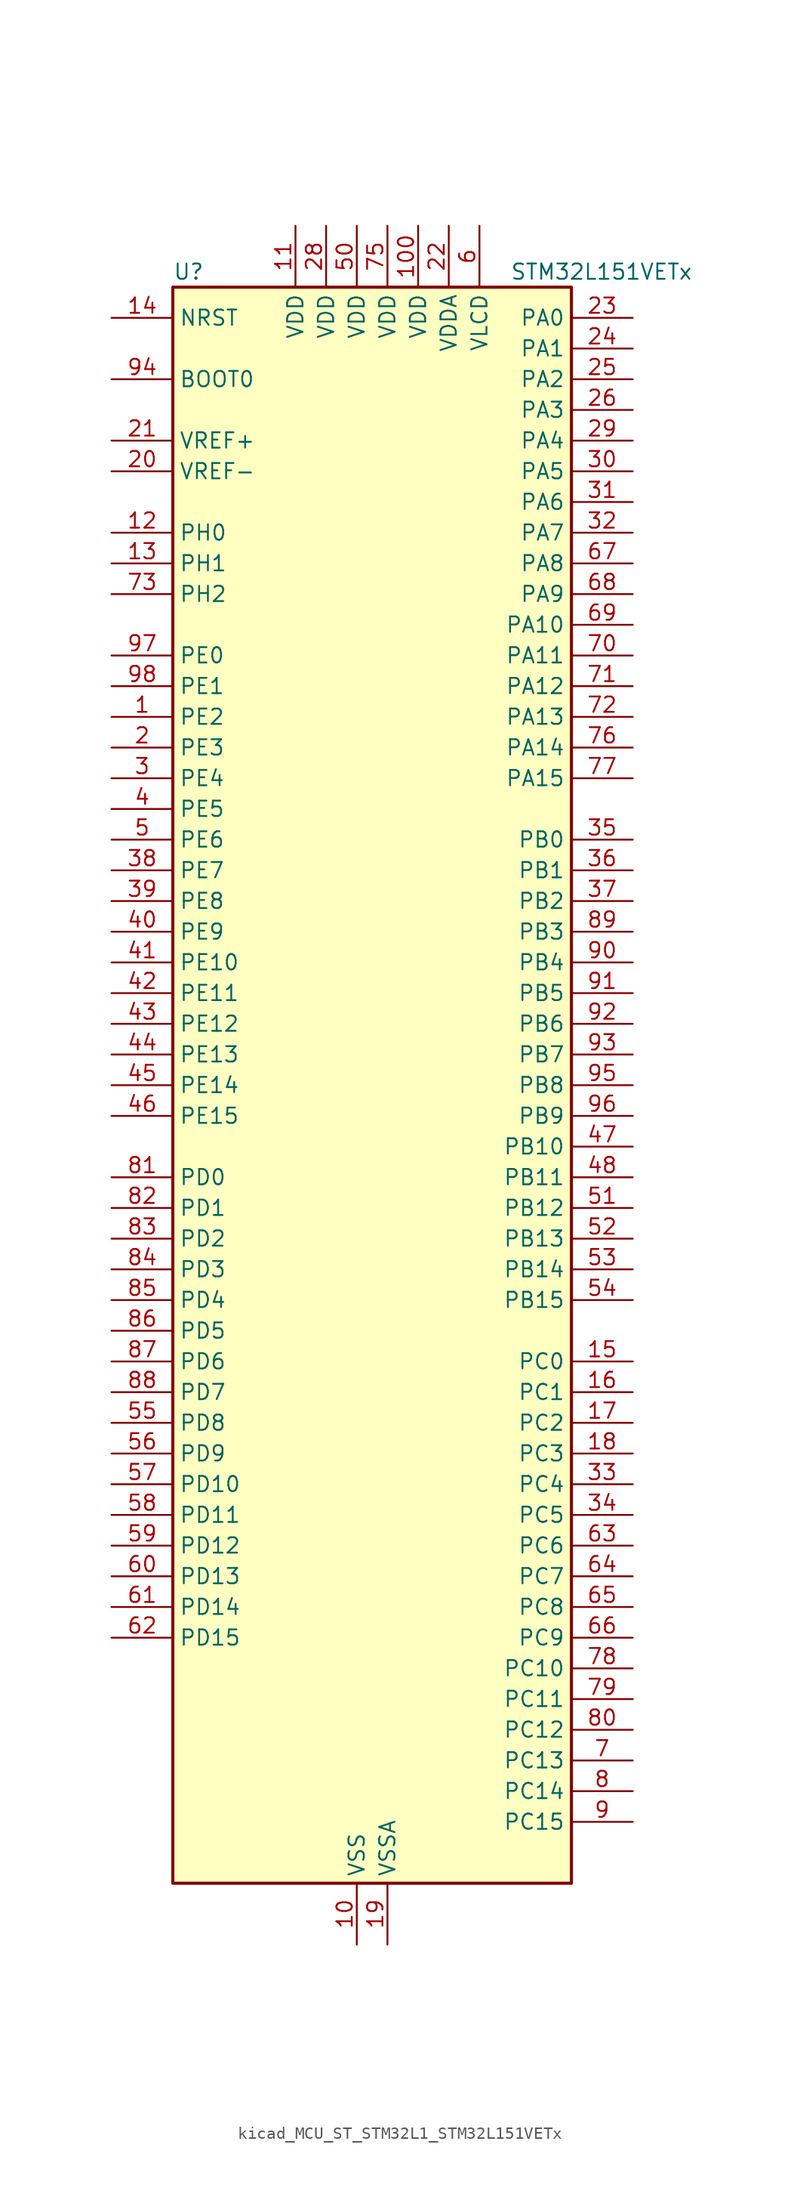
<source format=kicad_sym>
(kicad_symbol_lib
  (version 20220914)
  (generator kicad_symbol_editor)
  (symbol "kicad_MCU_ST_STM32L1_STM32L151VETx"
    (property "Reference" "U"
      (at -15.24 67.31 0)
      (effects (font (size 1.27 1.27)) (justify left)))
    (property "Value" "STM32L151VETx"
      (at 12.7 67.31 0)
      (effects (font (size 1.27 1.27)) (justify left)))
    (property "ki_locked" ""
      (at 0 0 0)
      (effects (font (size 1.27 1.27))))
    (symbol "kicad_MCU_ST_STM32L1_STM32L151VETx_0_1"
      (rectangle (start -15.24 -66.04) (end 17.78 66.04) (stroke (width 0.254) (type default)) (fill (type background))))
    (symbol "kicad_MCU_ST_STM32L1_STM32L151VETx_1_1"
      (pin bidirectional line (at -20.32 30.48 0) (length 5.08) (name "PE2" (effects (font (size 1.27 1.27)))) (number "1" (effects (font (size 1.27 1.27)))) (alternate "SYS_TRACECK" bidirectional line) (alternate "TIM3_ETR" bidirectional line) (alternate "TIMX_IC3" bidirectional line))
      (pin power_in line (at 0 -71.12 90) (length 5.08) (name "VSS" (effects (font (size 1.27 1.27)))) (number "10" (effects (font (size 1.27 1.27)))))
      (pin power_in line (at 5.08 71.12 270) (length 5.08) (name "VDD" (effects (font (size 1.27 1.27)))) (number "100" (effects (font (size 1.27 1.27)))))
      (pin power_in line (at -5.08 71.12 270) (length 5.08) (name "VDD" (effects (font (size 1.27 1.27)))) (number "11" (effects (font (size 1.27 1.27)))))
      (pin bidirectional line (at -20.32 45.72 0) (length 5.08) (name "PH0" (effects (font (size 1.27 1.27)))) (number "12" (effects (font (size 1.27 1.27)))) (alternate "RCC_OSC_IN" bidirectional line))
      (pin bidirectional line (at -20.32 43.18 0) (length 5.08) (name "PH1" (effects (font (size 1.27 1.27)))) (number "13" (effects (font (size 1.27 1.27)))) (alternate "RCC_OSC_OUT" bidirectional line))
      (pin input line (at -20.32 63.5 0) (length 5.08) (name "NRST" (effects (font (size 1.27 1.27)))) (number "14" (effects (font (size 1.27 1.27)))))
      (pin bidirectional line (at 22.86 -22.86 180) (length 5.08) (name "PC0" (effects (font (size 1.27 1.27)))) (number "15" (effects (font (size 1.27 1.27)))) (alternate "ADC_IN10" bidirectional line) (alternate "COMP1_INP" bidirectional line) (alternate "TIMX_IC1" bidirectional line) (alternate "TS_G8_IO1" bidirectional line))
      (pin bidirectional line (at 22.86 -25.4 180) (length 5.08) (name "PC1" (effects (font (size 1.27 1.27)))) (number "16" (effects (font (size 1.27 1.27)))) (alternate "ADC_IN11" bidirectional line) (alternate "COMP1_INP" bidirectional line) (alternate "TIMX_IC2" bidirectional line) (alternate "TS_G8_IO2" bidirectional line))
      (pin bidirectional line (at 22.86 -27.94 180) (length 5.08) (name "PC2" (effects (font (size 1.27 1.27)))) (number "17" (effects (font (size 1.27 1.27)))) (alternate "ADC_IN12" bidirectional line) (alternate "COMP1_INP" bidirectional line) (alternate "TIMX_IC3" bidirectional line) (alternate "TS_G8_IO3" bidirectional line))
      (pin bidirectional line (at 22.86 -30.48 180) (length 5.08) (name "PC3" (effects (font (size 1.27 1.27)))) (number "18" (effects (font (size 1.27 1.27)))) (alternate "ADC_IN13" bidirectional line) (alternate "COMP1_INP" bidirectional line) (alternate "TIMX_IC4" bidirectional line) (alternate "TS_G8_IO4" bidirectional line))
      (pin power_in line (at 2.54 -71.12 90) (length 5.08) (name "VSSA" (effects (font (size 1.27 1.27)))) (number "19" (effects (font (size 1.27 1.27)))))
      (pin bidirectional line (at -20.32 27.94 0) (length 5.08) (name "PE3" (effects (font (size 1.27 1.27)))) (number "2" (effects (font (size 1.27 1.27)))) (alternate "SYS_TRACED0" bidirectional line) (alternate "TIM3_CH1" bidirectional line) (alternate "TIMX_IC4" bidirectional line))
      (pin input line (at -20.32 50.8 0) (length 5.08) (name "VREF-" (effects (font (size 1.27 1.27)))) (number "20" (effects (font (size 1.27 1.27)))))
      (pin input line (at -20.32 53.34 0) (length 5.08) (name "VREF+" (effects (font (size 1.27 1.27)))) (number "21" (effects (font (size 1.27 1.27)))))
      (pin power_in line (at 7.62 71.12 270) (length 5.08) (name "VDDA" (effects (font (size 1.27 1.27)))) (number "22" (effects (font (size 1.27 1.27)))))
      (pin bidirectional line (at 22.86 63.5 180) (length 5.08) (name "PA0" (effects (font (size 1.27 1.27)))) (number "23" (effects (font (size 1.27 1.27)))) (alternate "ADC_IN0" bidirectional line) (alternate "COMP1_INP" bidirectional line) (alternate "RTC_TAMP2" bidirectional line) (alternate "SYS_WKUP1" bidirectional line) (alternate "TIM2_CH1" bidirectional line) (alternate "TIM2_ETR" bidirectional line) (alternate "TIM5_CH1" bidirectional line) (alternate "TIMX_IC1" bidirectional line) (alternate "TS_G1_IO1" bidirectional line) (alternate "USART2_CTS" bidirectional line))
      (pin bidirectional line (at 22.86 60.96 180) (length 5.08) (name "PA1" (effects (font (size 1.27 1.27)))) (number "24" (effects (font (size 1.27 1.27)))) (alternate "ADC_IN1" bidirectional line) (alternate "COMP1_INP" bidirectional line) (alternate "OPAMP1_VINP" bidirectional line) (alternate "TIM2_CH2" bidirectional line) (alternate "TIM5_CH2" bidirectional line) (alternate "TIMX_IC2" bidirectional line) (alternate "TS_G1_IO2" bidirectional line) (alternate "USART2_RTS" bidirectional line))
      (pin bidirectional line (at 22.86 58.42 180) (length 5.08) (name "PA2" (effects (font (size 1.27 1.27)))) (number "25" (effects (font (size 1.27 1.27)))) (alternate "ADC_IN2" bidirectional line) (alternate "COMP1_INP" bidirectional line) (alternate "OPAMP1_VINM" bidirectional line) (alternate "TIM2_CH3" bidirectional line) (alternate "TIM5_CH3" bidirectional line) (alternate "TIM9_CH1" bidirectional line) (alternate "TIMX_IC3" bidirectional line) (alternate "TS_G1_IO3" bidirectional line) (alternate "USART2_TX" bidirectional line))
      (pin bidirectional line (at 22.86 55.88 180) (length 5.08) (name "PA3" (effects (font (size 1.27 1.27)))) (number "26" (effects (font (size 1.27 1.27)))) (alternate "ADC_IN3" bidirectional line) (alternate "COMP1_INP" bidirectional line) (alternate "OPAMP1_VOUT" bidirectional line) (alternate "TIM2_CH4" bidirectional line) (alternate "TIM5_CH4" bidirectional line) (alternate "TIM9_CH2" bidirectional line) (alternate "TIMX_IC4" bidirectional line) (alternate "TS_G1_IO4" bidirectional line) (alternate "USART2_RX" bidirectional line))
      (pin passive line (at 0 -71.12 90) (length 5.08) hide (name "VSS" (effects (font (size 1.27 1.27)))) (number "27" (effects (font (size 1.27 1.27)))))
      (pin power_in line (at -2.54 71.12 270) (length 5.08) (name "VDD" (effects (font (size 1.27 1.27)))) (number "28" (effects (font (size 1.27 1.27)))))
      (pin bidirectional line (at 22.86 53.34 180) (length 5.08) (name "PA4" (effects (font (size 1.27 1.27)))) (number "29" (effects (font (size 1.27 1.27)))) (alternate "ADC_IN4" bidirectional line) (alternate "COMP1_INP" bidirectional line) (alternate "DAC_OUT1" bidirectional line) (alternate "I2S3_WS" bidirectional line) (alternate "SPI1_NSS" bidirectional line) (alternate "SPI3_NSS" bidirectional line) (alternate "TIMX_IC1" bidirectional line) (alternate "USART2_CK" bidirectional line))
      (pin bidirectional line (at -20.32 25.4 0) (length 5.08) (name "PE4" (effects (font (size 1.27 1.27)))) (number "3" (effects (font (size 1.27 1.27)))) (alternate "SYS_TRACED1" bidirectional line) (alternate "TIM3_CH2" bidirectional line) (alternate "TIMX_IC1" bidirectional line))
      (pin bidirectional line (at 22.86 50.8 180) (length 5.08) (name "PA5" (effects (font (size 1.27 1.27)))) (number "30" (effects (font (size 1.27 1.27)))) (alternate "ADC_IN5" bidirectional line) (alternate "COMP1_INP" bidirectional line) (alternate "DAC_OUT2" bidirectional line) (alternate "SPI1_SCK" bidirectional line) (alternate "TIM2_CH1" bidirectional line) (alternate "TIM2_ETR" bidirectional line) (alternate "TIMX_IC2" bidirectional line))
      (pin bidirectional line (at 22.86 48.26 180) (length 5.08) (name "PA6" (effects (font (size 1.27 1.27)))) (number "31" (effects (font (size 1.27 1.27)))) (alternate "ADC_IN6" bidirectional line) (alternate "COMP1_INP" bidirectional line) (alternate "OPAMP2_VINP" bidirectional line) (alternate "SPI1_MISO" bidirectional line) (alternate "TIM10_CH1" bidirectional line) (alternate "TIM3_CH1" bidirectional line) (alternate "TIMX_IC3" bidirectional line) (alternate "TS_G2_IO1" bidirectional line))
      (pin bidirectional line (at 22.86 45.72 180) (length 5.08) (name "PA7" (effects (font (size 1.27 1.27)))) (number "32" (effects (font (size 1.27 1.27)))) (alternate "ADC_IN7" bidirectional line) (alternate "COMP1_INP" bidirectional line) (alternate "OPAMP2_VINM" bidirectional line) (alternate "SPI1_MOSI" bidirectional line) (alternate "TIM11_CH1" bidirectional line) (alternate "TIM3_CH2" bidirectional line) (alternate "TIMX_IC4" bidirectional line) (alternate "TS_G2_IO2" bidirectional line))
      (pin bidirectional line (at 22.86 -33.02 180) (length 5.08) (name "PC4" (effects (font (size 1.27 1.27)))) (number "33" (effects (font (size 1.27 1.27)))) (alternate "ADC_IN14" bidirectional line) (alternate "COMP1_INP" bidirectional line) (alternate "TIMX_IC1" bidirectional line) (alternate "TS_G9_IO1" bidirectional line))
      (pin bidirectional line (at 22.86 -35.56 180) (length 5.08) (name "PC5" (effects (font (size 1.27 1.27)))) (number "34" (effects (font (size 1.27 1.27)))) (alternate "ADC_IN15" bidirectional line) (alternate "COMP1_INP" bidirectional line) (alternate "TIMX_IC2" bidirectional line) (alternate "TS_G9_IO2" bidirectional line))
      (pin bidirectional line (at 22.86 20.32 180) (length 5.08) (name "PB0" (effects (font (size 1.27 1.27)))) (number "35" (effects (font (size 1.27 1.27)))) (alternate "ADC_IN8" bidirectional line) (alternate "COMP1_INP" bidirectional line) (alternate "OPAMP2_VOUT" bidirectional line) (alternate "SYS_V_REF_OUT" bidirectional line) (alternate "TIM3_CH3" bidirectional line) (alternate "TS_G3_IO1" bidirectional line))
      (pin bidirectional line (at 22.86 17.78 180) (length 5.08) (name "PB1" (effects (font (size 1.27 1.27)))) (number "36" (effects (font (size 1.27 1.27)))) (alternate "ADC_IN9" bidirectional line) (alternate "COMP1_INP" bidirectional line) (alternate "SYS_V_REF_OUT" bidirectional line) (alternate "TIM3_CH4" bidirectional line) (alternate "TS_G3_IO2" bidirectional line))
      (pin bidirectional line (at 22.86 15.24 180) (length 5.08) (name "PB2" (effects (font (size 1.27 1.27)))) (number "37" (effects (font (size 1.27 1.27)))) (alternate "ADC_IN0b" bidirectional line) (alternate "TS_G3_IO3" bidirectional line))
      (pin bidirectional line (at -20.32 17.78 0) (length 5.08) (name "PE7" (effects (font (size 1.27 1.27)))) (number "38" (effects (font (size 1.27 1.27)))) (alternate "ADC_IN22" bidirectional line) (alternate "COMP1_INP" bidirectional line) (alternate "TIMX_IC4" bidirectional line))
      (pin bidirectional line (at -20.32 15.24 0) (length 5.08) (name "PE8" (effects (font (size 1.27 1.27)))) (number "39" (effects (font (size 1.27 1.27)))) (alternate "ADC_IN23" bidirectional line) (alternate "COMP1_INP" bidirectional line) (alternate "TIMX_IC1" bidirectional line))
      (pin bidirectional line (at -20.32 22.86 0) (length 5.08) (name "PE5" (effects (font (size 1.27 1.27)))) (number "4" (effects (font (size 1.27 1.27)))) (alternate "SYS_TRACED2" bidirectional line) (alternate "TIM9_CH1" bidirectional line) (alternate "TIMX_IC2" bidirectional line))
      (pin bidirectional line (at -20.32 12.7 0) (length 5.08) (name "PE9" (effects (font (size 1.27 1.27)))) (number "40" (effects (font (size 1.27 1.27)))) (alternate "ADC_IN24" bidirectional line) (alternate "COMP1_INP" bidirectional line) (alternate "DAC_EXTI9" bidirectional line) (alternate "TIM2_CH1" bidirectional line) (alternate "TIM2_ETR" bidirectional line) (alternate "TIMX_IC2" bidirectional line))
      (pin bidirectional line (at -20.32 10.16 0) (length 5.08) (name "PE10" (effects (font (size 1.27 1.27)))) (number "41" (effects (font (size 1.27 1.27)))) (alternate "ADC_IN25" bidirectional line) (alternate "COMP1_INP" bidirectional line) (alternate "TIM2_CH2" bidirectional line) (alternate "TIMX_IC3" bidirectional line))
      (pin bidirectional line (at -20.32 7.62 0) (length 5.08) (name "PE11" (effects (font (size 1.27 1.27)))) (number "42" (effects (font (size 1.27 1.27)))) (alternate "ADC_EXTI11" bidirectional line) (alternate "TIM2_CH3" bidirectional line) (alternate "TIMX_IC4" bidirectional line))
      (pin bidirectional line (at -20.32 5.08 0) (length 5.08) (name "PE12" (effects (font (size 1.27 1.27)))) (number "43" (effects (font (size 1.27 1.27)))) (alternate "SPI1_NSS" bidirectional line) (alternate "TIM2_CH4" bidirectional line) (alternate "TIMX_IC1" bidirectional line))
      (pin bidirectional line (at -20.32 2.54 0) (length 5.08) (name "PE13" (effects (font (size 1.27 1.27)))) (number "44" (effects (font (size 1.27 1.27)))) (alternate "SPI1_SCK" bidirectional line) (alternate "TIMX_IC2" bidirectional line))
      (pin bidirectional line (at -20.32 0 0) (length 5.08) (name "PE14" (effects (font (size 1.27 1.27)))) (number "45" (effects (font (size 1.27 1.27)))) (alternate "SPI1_MISO" bidirectional line) (alternate "TIMX_IC3" bidirectional line))
      (pin bidirectional line (at -20.32 -2.54 0) (length 5.08) (name "PE15" (effects (font (size 1.27 1.27)))) (number "46" (effects (font (size 1.27 1.27)))) (alternate "ADC_EXTI15" bidirectional line) (alternate "SPI1_MOSI" bidirectional line) (alternate "TIMX_IC4" bidirectional line))
      (pin bidirectional line (at 22.86 -5.08 180) (length 5.08) (name "PB10" (effects (font (size 1.27 1.27)))) (number "47" (effects (font (size 1.27 1.27)))) (alternate "I2C2_SCL" bidirectional line) (alternate "TIM2_CH3" bidirectional line) (alternate "USART3_TX" bidirectional line))
      (pin bidirectional line (at 22.86 -7.62 180) (length 5.08) (name "PB11" (effects (font (size 1.27 1.27)))) (number "48" (effects (font (size 1.27 1.27)))) (alternate "ADC_EXTI11" bidirectional line) (alternate "I2C2_SDA" bidirectional line) (alternate "TIM2_CH4" bidirectional line) (alternate "USART3_RX" bidirectional line))
      (pin passive line (at 0 -71.12 90) (length 5.08) hide (name "VSS" (effects (font (size 1.27 1.27)))) (number "49" (effects (font (size 1.27 1.27)))))
      (pin bidirectional line (at -20.32 20.32 0) (length 5.08) (name "PE6" (effects (font (size 1.27 1.27)))) (number "5" (effects (font (size 1.27 1.27)))) (alternate "RTC_TAMP3" bidirectional line) (alternate "SYS_TRACED3" bidirectional line) (alternate "SYS_WKUP3" bidirectional line) (alternate "TIM9_CH2" bidirectional line) (alternate "TIMX_IC3" bidirectional line))
      (pin power_in line (at 0 71.12 270) (length 5.08) (name "VDD" (effects (font (size 1.27 1.27)))) (number "50" (effects (font (size 1.27 1.27)))))
      (pin bidirectional line (at 22.86 -10.16 180) (length 5.08) (name "PB12" (effects (font (size 1.27 1.27)))) (number "51" (effects (font (size 1.27 1.27)))) (alternate "ADC_IN18" bidirectional line) (alternate "COMP1_INP" bidirectional line) (alternate "I2C2_SMBA" bidirectional line) (alternate "I2S2_WS" bidirectional line) (alternate "SPI2_NSS" bidirectional line) (alternate "TIM10_CH1" bidirectional line) (alternate "TS_G7_IO1" bidirectional line) (alternate "USART3_CK" bidirectional line))
      (pin bidirectional line (at 22.86 -12.7 180) (length 5.08) (name "PB13" (effects (font (size 1.27 1.27)))) (number "52" (effects (font (size 1.27 1.27)))) (alternate "ADC_IN19" bidirectional line) (alternate "COMP1_INP" bidirectional line) (alternate "I2S2_CK" bidirectional line) (alternate "SPI2_SCK" bidirectional line) (alternate "TIM9_CH1" bidirectional line) (alternate "TS_G7_IO2" bidirectional line) (alternate "USART3_CTS" bidirectional line))
      (pin bidirectional line (at 22.86 -15.24 180) (length 5.08) (name "PB14" (effects (font (size 1.27 1.27)))) (number "53" (effects (font (size 1.27 1.27)))) (alternate "ADC_IN20" bidirectional line) (alternate "COMP1_INP" bidirectional line) (alternate "SPI2_MISO" bidirectional line) (alternate "TIM9_CH2" bidirectional line) (alternate "TS_G7_IO3" bidirectional line) (alternate "USART3_RTS" bidirectional line))
      (pin bidirectional line (at 22.86 -17.78 180) (length 5.08) (name "PB15" (effects (font (size 1.27 1.27)))) (number "54" (effects (font (size 1.27 1.27)))) (alternate "ADC_EXTI15" bidirectional line) (alternate "ADC_IN21" bidirectional line) (alternate "COMP1_INP" bidirectional line) (alternate "I2S2_SD" bidirectional line) (alternate "RTC_REFIN" bidirectional line) (alternate "SPI2_MOSI" bidirectional line) (alternate "TIM11_CH1" bidirectional line) (alternate "TS_G7_IO4" bidirectional line))
      (pin bidirectional line (at -20.32 -27.94 0) (length 5.08) (name "PD8" (effects (font (size 1.27 1.27)))) (number "55" (effects (font (size 1.27 1.27)))) (alternate "TIMX_IC1" bidirectional line) (alternate "USART3_TX" bidirectional line))
      (pin bidirectional line (at -20.32 -30.48 0) (length 5.08) (name "PD9" (effects (font (size 1.27 1.27)))) (number "56" (effects (font (size 1.27 1.27)))) (alternate "DAC_EXTI9" bidirectional line) (alternate "TIMX_IC2" bidirectional line) (alternate "USART3_RX" bidirectional line))
      (pin bidirectional line (at -20.32 -33.02 0) (length 5.08) (name "PD10" (effects (font (size 1.27 1.27)))) (number "57" (effects (font (size 1.27 1.27)))) (alternate "TIMX_IC3" bidirectional line) (alternate "USART3_CK" bidirectional line))
      (pin bidirectional line (at -20.32 -35.56 0) (length 5.08) (name "PD11" (effects (font (size 1.27 1.27)))) (number "58" (effects (font (size 1.27 1.27)))) (alternate "ADC_EXTI11" bidirectional line) (alternate "TIMX_IC4" bidirectional line) (alternate "USART3_CTS" bidirectional line))
      (pin bidirectional line (at -20.32 -38.1 0) (length 5.08) (name "PD12" (effects (font (size 1.27 1.27)))) (number "59" (effects (font (size 1.27 1.27)))) (alternate "TIM4_CH1" bidirectional line) (alternate "TIMX_IC1" bidirectional line) (alternate "USART3_RTS" bidirectional line))
      (pin power_in line (at 10.16 71.12 270) (length 5.08) (name "VLCD" (effects (font (size 1.27 1.27)))) (number "6" (effects (font (size 1.27 1.27)))))
      (pin bidirectional line (at -20.32 -40.64 0) (length 5.08) (name "PD13" (effects (font (size 1.27 1.27)))) (number "60" (effects (font (size 1.27 1.27)))) (alternate "TIM4_CH2" bidirectional line) (alternate "TIMX_IC2" bidirectional line))
      (pin bidirectional line (at -20.32 -43.18 0) (length 5.08) (name "PD14" (effects (font (size 1.27 1.27)))) (number "61" (effects (font (size 1.27 1.27)))) (alternate "TIM4_CH3" bidirectional line) (alternate "TIMX_IC3" bidirectional line))
      (pin bidirectional line (at -20.32 -45.72 0) (length 5.08) (name "PD15" (effects (font (size 1.27 1.27)))) (number "62" (effects (font (size 1.27 1.27)))) (alternate "ADC_EXTI15" bidirectional line) (alternate "TIM4_CH4" bidirectional line) (alternate "TIMX_IC4" bidirectional line))
      (pin bidirectional line (at 22.86 -38.1 180) (length 5.08) (name "PC6" (effects (font (size 1.27 1.27)))) (number "63" (effects (font (size 1.27 1.27)))) (alternate "I2S2_MCK" bidirectional line) (alternate "TIM3_CH1" bidirectional line) (alternate "TIMX_IC3" bidirectional line) (alternate "TS_G10_IO1" bidirectional line))
      (pin bidirectional line (at 22.86 -40.64 180) (length 5.08) (name "PC7" (effects (font (size 1.27 1.27)))) (number "64" (effects (font (size 1.27 1.27)))) (alternate "I2S3_MCK" bidirectional line) (alternate "TIM3_CH2" bidirectional line) (alternate "TIMX_IC4" bidirectional line) (alternate "TS_G10_IO2" bidirectional line))
      (pin bidirectional line (at 22.86 -43.18 180) (length 5.08) (name "PC8" (effects (font (size 1.27 1.27)))) (number "65" (effects (font (size 1.27 1.27)))) (alternate "TIM3_CH3" bidirectional line) (alternate "TIMX_IC1" bidirectional line) (alternate "TS_G10_IO3" bidirectional line))
      (pin bidirectional line (at 22.86 -45.72 180) (length 5.08) (name "PC9" (effects (font (size 1.27 1.27)))) (number "66" (effects (font (size 1.27 1.27)))) (alternate "DAC_EXTI9" bidirectional line) (alternate "TIM3_CH4" bidirectional line) (alternate "TIMX_IC2" bidirectional line) (alternate "TS_G10_IO4" bidirectional line))
      (pin bidirectional line (at 22.86 43.18 180) (length 5.08) (name "PA8" (effects (font (size 1.27 1.27)))) (number "67" (effects (font (size 1.27 1.27)))) (alternate "RCC_MCO" bidirectional line) (alternate "TIMX_IC1" bidirectional line) (alternate "TS_G4_IO1" bidirectional line) (alternate "USART1_CK" bidirectional line))
      (pin bidirectional line (at 22.86 40.64 180) (length 5.08) (name "PA9" (effects (font (size 1.27 1.27)))) (number "68" (effects (font (size 1.27 1.27)))) (alternate "DAC_EXTI9" bidirectional line) (alternate "TIMX_IC2" bidirectional line) (alternate "TS_G4_IO2" bidirectional line) (alternate "USART1_TX" bidirectional line))
      (pin bidirectional line (at 22.86 38.1 180) (length 5.08) (name "PA10" (effects (font (size 1.27 1.27)))) (number "69" (effects (font (size 1.27 1.27)))) (alternate "TIMX_IC3" bidirectional line) (alternate "TS_G4_IO3" bidirectional line) (alternate "USART1_RX" bidirectional line))
      (pin bidirectional line (at 22.86 -55.88 180) (length 5.08) (name "PC13" (effects (font (size 1.27 1.27)))) (number "7" (effects (font (size 1.27 1.27)))) (alternate "RTC_OUT_ALARM" bidirectional line) (alternate "RTC_OUT_CALIB" bidirectional line) (alternate "RTC_TAMP1" bidirectional line) (alternate "RTC_TS" bidirectional line) (alternate "SYS_WKUP2" bidirectional line) (alternate "TIMX_IC2" bidirectional line))
      (pin bidirectional line (at 22.86 35.56 180) (length 5.08) (name "PA11" (effects (font (size 1.27 1.27)))) (number "70" (effects (font (size 1.27 1.27)))) (alternate "ADC_EXTI11" bidirectional line) (alternate "SPI1_MISO" bidirectional line) (alternate "TIMX_IC4" bidirectional line) (alternate "USART1_CTS" bidirectional line) (alternate "USB_DM" bidirectional line))
      (pin bidirectional line (at 22.86 33.02 180) (length 5.08) (name "PA12" (effects (font (size 1.27 1.27)))) (number "71" (effects (font (size 1.27 1.27)))) (alternate "SPI1_MOSI" bidirectional line) (alternate "TIMX_IC1" bidirectional line) (alternate "USART1_RTS" bidirectional line) (alternate "USB_DP" bidirectional line))
      (pin bidirectional line (at 22.86 30.48 180) (length 5.08) (name "PA13" (effects (font (size 1.27 1.27)))) (number "72" (effects (font (size 1.27 1.27)))) (alternate "SYS_JTMS-SWDIO" bidirectional line) (alternate "TIMX_IC2" bidirectional line) (alternate "TS_G5_IO1" bidirectional line))
      (pin bidirectional line (at -20.32 40.64 0) (length 5.08) (name "PH2" (effects (font (size 1.27 1.27)))) (number "73" (effects (font (size 1.27 1.27)))))
      (pin passive line (at 0 -71.12 90) (length 5.08) hide (name "VSS" (effects (font (size 1.27 1.27)))) (number "74" (effects (font (size 1.27 1.27)))))
      (pin power_in line (at 2.54 71.12 270) (length 5.08) (name "VDD" (effects (font (size 1.27 1.27)))) (number "75" (effects (font (size 1.27 1.27)))))
      (pin bidirectional line (at 22.86 27.94 180) (length 5.08) (name "PA14" (effects (font (size 1.27 1.27)))) (number "76" (effects (font (size 1.27 1.27)))) (alternate "SYS_JTCK-SWCLK" bidirectional line) (alternate "TIMX_IC3" bidirectional line) (alternate "TS_G5_IO2" bidirectional line))
      (pin bidirectional line (at 22.86 25.4 180) (length 5.08) (name "PA15" (effects (font (size 1.27 1.27)))) (number "77" (effects (font (size 1.27 1.27)))) (alternate "ADC_EXTI15" bidirectional line) (alternate "I2S3_WS" bidirectional line) (alternate "SPI1_NSS" bidirectional line) (alternate "SPI3_NSS" bidirectional line) (alternate "SYS_JTDI" bidirectional line) (alternate "TIM2_CH1" bidirectional line) (alternate "TIM2_ETR" bidirectional line) (alternate "TIMX_IC4" bidirectional line) (alternate "TS_G5_IO3" bidirectional line))
      (pin bidirectional line (at 22.86 -48.26 180) (length 5.08) (name "PC10" (effects (font (size 1.27 1.27)))) (number "78" (effects (font (size 1.27 1.27)))) (alternate "I2S3_CK" bidirectional line) (alternate "SPI3_SCK" bidirectional line) (alternate "TIMX_IC3" bidirectional line) (alternate "UART4_TX" bidirectional line) (alternate "USART3_TX" bidirectional line))
      (pin bidirectional line (at 22.86 -50.8 180) (length 5.08) (name "PC11" (effects (font (size 1.27 1.27)))) (number "79" (effects (font (size 1.27 1.27)))) (alternate "ADC_EXTI11" bidirectional line) (alternate "SPI3_MISO" bidirectional line) (alternate "TIMX_IC4" bidirectional line) (alternate "UART4_RX" bidirectional line) (alternate "USART3_RX" bidirectional line))
      (pin bidirectional line (at 22.86 -58.42 180) (length 5.08) (name "PC14" (effects (font (size 1.27 1.27)))) (number "8" (effects (font (size 1.27 1.27)))) (alternate "RCC_OSC32_IN" bidirectional line) (alternate "TIMX_IC3" bidirectional line))
      (pin bidirectional line (at 22.86 -53.34 180) (length 5.08) (name "PC12" (effects (font (size 1.27 1.27)))) (number "80" (effects (font (size 1.27 1.27)))) (alternate "I2S3_SD" bidirectional line) (alternate "SPI3_MOSI" bidirectional line) (alternate "TIMX_IC1" bidirectional line) (alternate "UART5_TX" bidirectional line) (alternate "USART3_CK" bidirectional line))
      (pin bidirectional line (at -20.32 -7.62 0) (length 5.08) (name "PD0" (effects (font (size 1.27 1.27)))) (number "81" (effects (font (size 1.27 1.27)))) (alternate "I2S2_WS" bidirectional line) (alternate "SPI2_NSS" bidirectional line) (alternate "TIM9_CH1" bidirectional line) (alternate "TIMX_IC1" bidirectional line))
      (pin bidirectional line (at -20.32 -10.16 0) (length 5.08) (name "PD1" (effects (font (size 1.27 1.27)))) (number "82" (effects (font (size 1.27 1.27)))) (alternate "I2S2_CK" bidirectional line) (alternate "SPI2_SCK" bidirectional line) (alternate "TIMX_IC2" bidirectional line))
      (pin bidirectional line (at -20.32 -12.7 0) (length 5.08) (name "PD2" (effects (font (size 1.27 1.27)))) (number "83" (effects (font (size 1.27 1.27)))) (alternate "TIM3_ETR" bidirectional line) (alternate "TIMX_IC3" bidirectional line) (alternate "UART5_RX" bidirectional line))
      (pin bidirectional line (at -20.32 -15.24 0) (length 5.08) (name "PD3" (effects (font (size 1.27 1.27)))) (number "84" (effects (font (size 1.27 1.27)))) (alternate "SPI2_MISO" bidirectional line) (alternate "TIMX_IC4" bidirectional line) (alternate "USART2_CTS" bidirectional line))
      (pin bidirectional line (at -20.32 -17.78 0) (length 5.08) (name "PD4" (effects (font (size 1.27 1.27)))) (number "85" (effects (font (size 1.27 1.27)))) (alternate "I2S2_SD" bidirectional line) (alternate "SPI2_MOSI" bidirectional line) (alternate "TIMX_IC1" bidirectional line) (alternate "USART2_RTS" bidirectional line))
      (pin bidirectional line (at -20.32 -20.32 0) (length 5.08) (name "PD5" (effects (font (size 1.27 1.27)))) (number "86" (effects (font (size 1.27 1.27)))) (alternate "TIMX_IC2" bidirectional line) (alternate "USART2_TX" bidirectional line))
      (pin bidirectional line (at -20.32 -22.86 0) (length 5.08) (name "PD6" (effects (font (size 1.27 1.27)))) (number "87" (effects (font (size 1.27 1.27)))) (alternate "TIMX_IC3" bidirectional line) (alternate "USART2_RX" bidirectional line))
      (pin bidirectional line (at -20.32 -25.4 0) (length 5.08) (name "PD7" (effects (font (size 1.27 1.27)))) (number "88" (effects (font (size 1.27 1.27)))) (alternate "TIM9_CH2" bidirectional line) (alternate "TIMX_IC4" bidirectional line) (alternate "USART2_CK" bidirectional line))
      (pin bidirectional line (at 22.86 12.7 180) (length 5.08) (name "PB3" (effects (font (size 1.27 1.27)))) (number "89" (effects (font (size 1.27 1.27)))) (alternate "COMP2_INM" bidirectional line) (alternate "I2S3_CK" bidirectional line) (alternate "SPI1_SCK" bidirectional line) (alternate "SPI3_SCK" bidirectional line) (alternate "SYS_JTDO-TRACESWO" bidirectional line) (alternate "TIM2_CH2" bidirectional line))
      (pin bidirectional line (at 22.86 -60.96 180) (length 5.08) (name "PC15" (effects (font (size 1.27 1.27)))) (number "9" (effects (font (size 1.27 1.27)))) (alternate "ADC_EXTI15" bidirectional line) (alternate "RCC_OSC32_OUT" bidirectional line) (alternate "TIMX_IC4" bidirectional line))
      (pin bidirectional line (at 22.86 10.16 180) (length 5.08) (name "PB4" (effects (font (size 1.27 1.27)))) (number "90" (effects (font (size 1.27 1.27)))) (alternate "COMP2_INP" bidirectional line) (alternate "SPI1_MISO" bidirectional line) (alternate "SPI3_MISO" bidirectional line) (alternate "SYS_JTRST" bidirectional line) (alternate "TIM3_CH1" bidirectional line) (alternate "TS_G6_IO1" bidirectional line))
      (pin bidirectional line (at 22.86 7.62 180) (length 5.08) (name "PB5" (effects (font (size 1.27 1.27)))) (number "91" (effects (font (size 1.27 1.27)))) (alternate "COMP2_INP" bidirectional line) (alternate "I2C1_SMBA" bidirectional line) (alternate "I2S3_SD" bidirectional line) (alternate "SPI1_MOSI" bidirectional line) (alternate "SPI3_MOSI" bidirectional line) (alternate "TIM3_CH2" bidirectional line) (alternate "TS_G6_IO2" bidirectional line))
      (pin bidirectional line (at 22.86 5.08 180) (length 5.08) (name "PB6" (effects (font (size 1.27 1.27)))) (number "92" (effects (font (size 1.27 1.27)))) (alternate "COMP2_INP" bidirectional line) (alternate "I2C1_SCL" bidirectional line) (alternate "TIM4_CH1" bidirectional line) (alternate "TS_G6_IO3" bidirectional line) (alternate "USART1_TX" bidirectional line))
      (pin bidirectional line (at 22.86 2.54 180) (length 5.08) (name "PB7" (effects (font (size 1.27 1.27)))) (number "93" (effects (font (size 1.27 1.27)))) (alternate "COMP2_INP" bidirectional line) (alternate "I2C1_SDA" bidirectional line) (alternate "SYS_PVD_IN" bidirectional line) (alternate "TIM4_CH2" bidirectional line) (alternate "TS_G6_IO4" bidirectional line) (alternate "USART1_RX" bidirectional line))
      (pin input line (at -20.32 58.42 0) (length 5.08) (name "BOOT0" (effects (font (size 1.27 1.27)))) (number "94" (effects (font (size 1.27 1.27)))))
      (pin bidirectional line (at 22.86 0 180) (length 5.08) (name "PB8" (effects (font (size 1.27 1.27)))) (number "95" (effects (font (size 1.27 1.27)))) (alternate "I2C1_SCL" bidirectional line) (alternate "TIM10_CH1" bidirectional line) (alternate "TIM4_CH3" bidirectional line))
      (pin bidirectional line (at 22.86 -2.54 180) (length 5.08) (name "PB9" (effects (font (size 1.27 1.27)))) (number "96" (effects (font (size 1.27 1.27)))) (alternate "DAC_EXTI9" bidirectional line) (alternate "I2C1_SDA" bidirectional line) (alternate "TIM11_CH1" bidirectional line) (alternate "TIM4_CH4" bidirectional line))
      (pin bidirectional line (at -20.32 35.56 0) (length 5.08) (name "PE0" (effects (font (size 1.27 1.27)))) (number "97" (effects (font (size 1.27 1.27)))) (alternate "TIM10_CH1" bidirectional line) (alternate "TIM4_ETR" bidirectional line) (alternate "TIMX_IC1" bidirectional line))
      (pin bidirectional line (at -20.32 33.02 0) (length 5.08) (name "PE1" (effects (font (size 1.27 1.27)))) (number "98" (effects (font (size 1.27 1.27)))) (alternate "TIM11_CH1" bidirectional line) (alternate "TIMX_IC2" bidirectional line))
      (pin passive line (at 0 -71.12 90) (length 5.08) hide (name "VSS" (effects (font (size 1.27 1.27)))) (number "99" (effects (font (size 1.27 1.27))))))))
</source>
